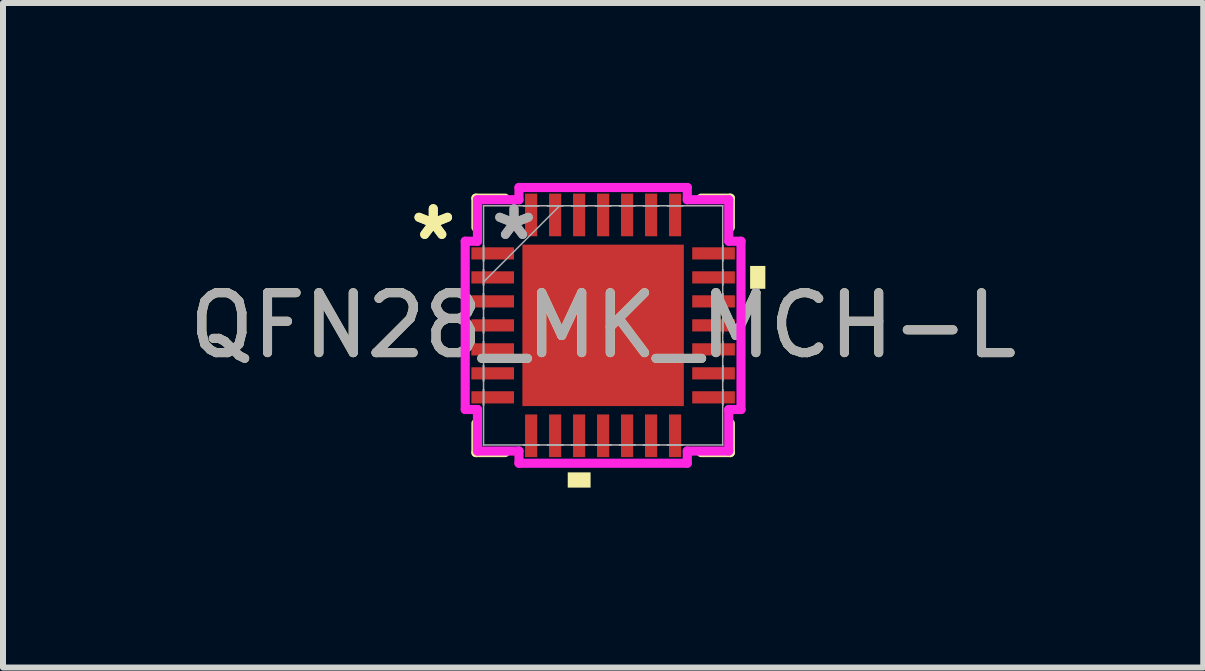
<source format=kicad_pcb>
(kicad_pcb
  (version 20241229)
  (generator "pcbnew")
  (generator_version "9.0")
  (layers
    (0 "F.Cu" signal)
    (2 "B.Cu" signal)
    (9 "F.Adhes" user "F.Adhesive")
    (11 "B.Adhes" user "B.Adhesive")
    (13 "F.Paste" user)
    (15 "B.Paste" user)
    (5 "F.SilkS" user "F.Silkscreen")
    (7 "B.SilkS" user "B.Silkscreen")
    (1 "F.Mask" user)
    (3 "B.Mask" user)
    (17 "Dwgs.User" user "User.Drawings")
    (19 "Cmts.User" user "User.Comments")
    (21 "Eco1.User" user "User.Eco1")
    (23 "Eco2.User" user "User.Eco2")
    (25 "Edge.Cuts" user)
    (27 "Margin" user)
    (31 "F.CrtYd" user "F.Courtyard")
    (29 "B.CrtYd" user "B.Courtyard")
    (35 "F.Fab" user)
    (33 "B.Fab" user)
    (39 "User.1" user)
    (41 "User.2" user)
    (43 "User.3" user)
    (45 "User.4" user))
  (footprint "QFN28_MK_MCH-L"
    (layer "F.Cu")
    (at 7.006 2.375)
    (property "Reference" "QFN28_MK_MCH-L" (at 0 0 0) (unlocked yes) (layer "F.SilkS") (effects (font (size 1 1) (thickness 0.15))))
    (attr smd)
    (fp_line (start -2.121 -2.121) (end -2.121 -1.634) (stroke (width 0.152) (type solid)) (layer "F.SilkS"))
    (fp_line (start -2.121 1.634) (end -2.121 2.121) (stroke (width 0.152) (type solid)) (layer "F.SilkS"))
    (fp_line (start -2.121 2.121) (end -1.634 2.121) (stroke (width 0.152) (type solid)) (layer "F.SilkS"))
    (fp_line (start -1.634 -2.121) (end -2.121 -2.121) (stroke (width 0.152) (type solid)) (layer "F.SilkS"))
    (fp_line (start 1.634 2.121) (end 2.121 2.121) (stroke (width 0.152) (type solid)) (layer "F.SilkS"))
    (fp_line (start 2.121 -2.121) (end 1.634 -2.121) (stroke (width 0.152) (type solid)) (layer "F.SilkS"))
    (fp_line (start 2.121 -1.634) (end 2.121 -2.121) (stroke (width 0.152) (type solid)) (layer "F.SilkS"))
    (fp_line (start 2.121 2.121) (end 2.121 1.634) (stroke (width 0.152) (type solid)) (layer "F.SilkS"))
    (fp_poly (pts (xy -0.59 2.451) (xy -0.59 2.705) (xy -0.209 2.705) (xy -0.209 2.451)) (stroke (width 0) (type solid)) (fill yes) (layer "F.SilkS"))
    (fp_poly (pts (xy 2.705 -0.991) (xy 2.705 -0.61) (xy 2.451 -0.61) (xy 2.451 -0.991)) (stroke (width 0) (type solid)) (fill yes) (layer "F.SilkS"))
    (fp_poly (pts (xy -1.246 -1.246) (xy -1.246 -0.1) (xy -0.1 -0.1) (xy -0.1 -1.246)) (stroke (width 0) (type solid)) (fill yes) (layer "F.Paste"))
    (fp_poly (pts (xy -1.246 0.1) (xy -1.246 1.246) (xy -0.1 1.246) (xy -0.1 0.1)) (stroke (width 0) (type solid)) (fill yes) (layer "F.Paste"))
    (fp_poly (pts (xy 0.1 -1.246) (xy 0.1 -0.1) (xy 1.246 -0.1) (xy 1.246 -1.246)) (stroke (width 0) (type solid)) (fill yes) (layer "F.Paste"))
    (fp_poly (pts (xy 0.1 0.1) (xy 0.1 1.246) (xy 1.246 1.246) (xy 1.246 0.1)) (stroke (width 0) (type solid)) (fill yes) (layer "F.Paste"))
    (fp_line (start -2.299 -1.403) (end -2.095 -1.403) (stroke (width 0.152) (type solid)) (layer "F.CrtYd"))
    (fp_line (start -2.299 1.403) (end -2.299 -1.403) (stroke (width 0.152) (type solid)) (layer "F.CrtYd"))
    (fp_line (start -2.095 -2.095) (end -1.403 -2.095) (stroke (width 0.152) (type solid)) (layer "F.CrtYd"))
    (fp_line (start -2.095 -1.403) (end -2.095 -2.095) (stroke (width 0.152) (type solid)) (layer "F.CrtYd"))
    (fp_line (start -2.095 1.403) (end -2.299 1.403) (stroke (width 0.152) (type solid)) (layer "F.CrtYd"))
    (fp_line (start -2.095 2.095) (end -2.095 1.403) (stroke (width 0.152) (type solid)) (layer "F.CrtYd"))
    (fp_line (start -1.403 -2.299) (end 1.403 -2.299) (stroke (width 0.152) (type solid)) (layer "F.CrtYd"))
    (fp_line (start -1.403 -2.095) (end -1.403 -2.299) (stroke (width 0.152) (type solid)) (layer "F.CrtYd"))
    (fp_line (start -1.403 2.095) (end -2.095 2.095) (stroke (width 0.152) (type solid)) (layer "F.CrtYd"))
    (fp_line (start -1.403 2.299) (end -1.403 2.095) (stroke (width 0.152) (type solid)) (layer "F.CrtYd"))
    (fp_line (start 1.403 -2.299) (end 1.403 -2.095) (stroke (width 0.152) (type solid)) (layer "F.CrtYd"))
    (fp_line (start 1.403 -2.095) (end 2.095 -2.095) (stroke (width 0.152) (type solid)) (layer "F.CrtYd"))
    (fp_line (start 1.403 2.095) (end 1.403 2.299) (stroke (width 0.152) (type solid)) (layer "F.CrtYd"))
    (fp_line (start 1.403 2.299) (end -1.403 2.299) (stroke (width 0.152) (type solid)) (layer "F.CrtYd"))
    (fp_line (start 2.095 -2.095) (end 2.095 -1.403) (stroke (width 0.152) (type solid)) (layer "F.CrtYd"))
    (fp_line (start 2.095 -1.403) (end 2.299 -1.403) (stroke (width 0.152) (type solid)) (layer "F.CrtYd"))
    (fp_line (start 2.095 1.403) (end 2.095 2.095) (stroke (width 0.152) (type solid)) (layer "F.CrtYd"))
    (fp_line (start 2.095 2.095) (end 1.403 2.095) (stroke (width 0.152) (type solid)) (layer "F.CrtYd"))
    (fp_line (start 2.299 -1.403) (end 2.299 1.403) (stroke (width 0.152) (type solid)) (layer "F.CrtYd"))
    (fp_line (start 2.299 1.403) (end 2.095 1.403) (stroke (width 0.152) (type solid)) (layer "F.CrtYd"))
    (fp_line (start -1.994 -1.994) (end -1.994 -1.994) (stroke (width 0.025) (type solid)) (layer "F.Fab"))
    (fp_line (start -1.994 -1.994) (end -1.994 1.994) (stroke (width 0.025) (type solid)) (layer "F.Fab"))
    (fp_line (start -1.994 -1.327) (end -1.994 -1.327) (stroke (width 0.025) (type solid)) (layer "F.Fab"))
    (fp_line (start -1.994 -1.327) (end -1.994 -1.073) (stroke (width 0.025) (type solid)) (layer "F.Fab"))
    (fp_line (start -1.994 -1.073) (end -1.994 -1.327) (stroke (width 0.025) (type solid)) (layer "F.Fab"))
    (fp_line (start -1.994 -1.073) (end -1.994 -1.073) (stroke (width 0.025) (type solid)) (layer "F.Fab"))
    (fp_line (start -1.994 -0.927) (end -1.994 -0.927) (stroke (width 0.025) (type solid)) (layer "F.Fab"))
    (fp_line (start -1.994 -0.927) (end -1.994 -0.673) (stroke (width 0.025) (type solid)) (layer "F.Fab"))
    (fp_line (start -1.994 -0.724) (end -0.724 -1.994) (stroke (width 0.025) (type solid)) (layer "F.Fab"))
    (fp_line (start -1.994 -0.673) (end -1.994 -0.927) (stroke (width 0.025) (type solid)) (layer "F.Fab"))
    (fp_line (start -1.994 -0.673) (end -1.994 -0.673) (stroke (width 0.025) (type solid)) (layer "F.Fab"))
    (fp_line (start -1.994 -0.527) (end -1.994 -0.527) (stroke (width 0.025) (type solid)) (layer "F.Fab"))
    (fp_line (start -1.994 -0.527) (end -1.994 -0.273) (stroke (width 0.025) (type solid)) (layer "F.Fab"))
    (fp_line (start -1.994 -0.273) (end -1.994 -0.527) (stroke (width 0.025) (type solid)) (layer "F.Fab"))
    (fp_line (start -1.994 -0.273) (end -1.994 -0.273) (stroke (width 0.025) (type solid)) (layer "F.Fab"))
    (fp_line (start -1.994 -0.127) (end -1.994 -0.127) (stroke (width 0.025) (type solid)) (layer "F.Fab"))
    (fp_line (start -1.994 -0.127) (end -1.994 0.127) (stroke (width 0.025) (type solid)) (layer "F.Fab"))
    (fp_line (start -1.994 0.127) (end -1.994 -0.127) (stroke (width 0.025) (type solid)) (layer "F.Fab"))
    (fp_line (start -1.994 0.127) (end -1.994 0.127) (stroke (width 0.025) (type solid)) (layer "F.Fab"))
    (fp_line (start -1.994 0.273) (end -1.994 0.273) (stroke (width 0.025) (type solid)) (layer "F.Fab"))
    (fp_line (start -1.994 0.273) (end -1.994 0.527) (stroke (width 0.025) (type solid)) (layer "F.Fab"))
    (fp_line (start -1.994 0.527) (end -1.994 0.273) (stroke (width 0.025) (type solid)) (layer "F.Fab"))
    (fp_line (start -1.994 0.527) (end -1.994 0.527) (stroke (width 0.025) (type solid)) (layer "F.Fab"))
    (fp_line (start -1.994 0.673) (end -1.994 0.673) (stroke (width 0.025) (type solid)) (layer "F.Fab"))
    (fp_line (start -1.994 0.673) (end -1.994 0.927) (stroke (width 0.025) (type solid)) (layer "F.Fab"))
    (fp_line (start -1.994 0.927) (end -1.994 0.673) (stroke (width 0.025) (type solid)) (layer "F.Fab"))
    (fp_line (start -1.994 0.927) (end -1.994 0.927) (stroke (width 0.025) (type solid)) (layer "F.Fab"))
    (fp_line (start -1.994 1.073) (end -1.994 1.073) (stroke (width 0.025) (type solid)) (layer "F.Fab"))
    (fp_line (start -1.994 1.073) (end -1.994 1.327) (stroke (width 0.025) (type solid)) (layer "F.Fab"))
    (fp_line (start -1.994 1.327) (end -1.994 1.073) (stroke (width 0.025) (type solid)) (layer "F.Fab"))
    (fp_line (start -1.994 1.327) (end -1.994 1.327) (stroke (width 0.025) (type solid)) (layer "F.Fab"))
    (fp_line (start -1.994 1.994) (end -1.994 1.994) (stroke (width 0.025) (type solid)) (layer "F.Fab"))
    (fp_line (start -1.994 1.994) (end 1.994 1.994) (stroke (width 0.025) (type solid)) (layer "F.Fab"))
    (fp_line (start -1.327 -1.994) (end -1.327 -1.994) (stroke (width 0.025) (type solid)) (layer "F.Fab"))
    (fp_line (start -1.327 -1.994) (end -1.073 -1.994) (stroke (width 0.025) (type solid)) (layer "F.Fab"))
    (fp_line (start -1.327 1.994) (end -1.327 1.994) (stroke (width 0.025) (type solid)) (layer "F.Fab"))
    (fp_line (start -1.327 1.994) (end -1.073 1.994) (stroke (width 0.025) (type solid)) (layer "F.Fab"))
    (fp_line (start -1.073 -1.994) (end -1.327 -1.994) (stroke (width 0.025) (type solid)) (layer "F.Fab"))
    (fp_line (start -1.073 -1.994) (end -1.073 -1.994) (stroke (width 0.025) (type solid)) (layer "F.Fab"))
    (fp_line (start -1.073 1.994) (end -1.327 1.994) (stroke (width 0.025) (type solid)) (layer "F.Fab"))
    (fp_line (start -1.073 1.994) (end -1.073 1.994) (stroke (width 0.025) (type solid)) (layer "F.Fab"))
    (fp_line (start -0.927 -1.994) (end -0.927 -1.994) (stroke (width 0.025) (type solid)) (layer "F.Fab"))
    (fp_line (start -0.927 -1.994) (end -0.673 -1.994) (stroke (width 0.025) (type solid)) (layer "F.Fab"))
    (fp_line (start -0.927 1.994) (end -0.927 1.994) (stroke (width 0.025) (type solid)) (layer "F.Fab"))
    (fp_line (start -0.927 1.994) (end -0.673 1.994) (stroke (width 0.025) (type solid)) (layer "F.Fab"))
    (fp_line (start -0.673 -1.994) (end -0.927 -1.994) (stroke (width 0.025) (type solid)) (layer "F.Fab"))
    (fp_line (start -0.673 -1.994) (end -0.673 -1.994) (stroke (width 0.025) (type solid)) (layer "F.Fab"))
    (fp_line (start -0.673 1.994) (end -0.927 1.994) (stroke (width 0.025) (type solid)) (layer "F.Fab"))
    (fp_line (start -0.673 1.994) (end -0.673 1.994) (stroke (width 0.025) (type solid)) (layer "F.Fab"))
    (fp_line (start -0.527 -1.994) (end -0.527 -1.994) (stroke (width 0.025) (type solid)) (layer "F.Fab"))
    (fp_line (start -0.527 -1.994) (end -0.273 -1.994) (stroke (width 0.025) (type solid)) (layer "F.Fab"))
    (fp_line (start -0.527 1.994) (end -0.527 1.994) (stroke (width 0.025) (type solid)) (layer "F.Fab"))
    (fp_line (start -0.527 1.994) (end -0.273 1.994) (stroke (width 0.025) (type solid)) (layer "F.Fab"))
    (fp_line (start -0.273 -1.994) (end -0.527 -1.994) (stroke (width 0.025) (type solid)) (layer "F.Fab"))
    (fp_line (start -0.273 -1.994) (end -0.273 -1.994) (stroke (width 0.025) (type solid)) (layer "F.Fab"))
    (fp_line (start -0.273 1.994) (end -0.527 1.994) (stroke (width 0.025) (type solid)) (layer "F.Fab"))
    (fp_line (start -0.273 1.994) (end -0.273 1.994) (stroke (width 0.025) (type solid)) (layer "F.Fab"))
    (fp_line (start -0.127 -1.994) (end -0.127 -1.994) (stroke (width 0.025) (type solid)) (layer "F.Fab"))
    (fp_line (start -0.127 -1.994) (end 0.127 -1.994) (stroke (width 0.025) (type solid)) (layer "F.Fab"))
    (fp_line (start -0.127 1.994) (end -0.127 1.994) (stroke (width 0.025) (type solid)) (layer "F.Fab"))
    (fp_line (start -0.127 1.994) (end 0.127 1.994) (stroke (width 0.025) (type solid)) (layer "F.Fab"))
    (fp_line (start 0.127 -1.994) (end -0.127 -1.994) (stroke (width 0.025) (type solid)) (layer "F.Fab"))
    (fp_line (start 0.127 -1.994) (end 0.127 -1.994) (stroke (width 0.025) (type solid)) (layer "F.Fab"))
    (fp_line (start 0.127 1.994) (end -0.127 1.994) (stroke (width 0.025) (type solid)) (layer "F.Fab"))
    (fp_line (start 0.127 1.994) (end 0.127 1.994) (stroke (width 0.025) (type solid)) (layer "F.Fab"))
    (fp_line (start 0.273 -1.994) (end 0.273 -1.994) (stroke (width 0.025) (type solid)) (layer "F.Fab"))
    (fp_line (start 0.273 -1.994) (end 0.527 -1.994) (stroke (width 0.025) (type solid)) (layer "F.Fab"))
    (fp_line (start 0.273 1.994) (end 0.273 1.994) (stroke (width 0.025) (type solid)) (layer "F.Fab"))
    (fp_line (start 0.273 1.994) (end 0.527 1.994) (stroke (width 0.025) (type solid)) (layer "F.Fab"))
    (fp_line (start 0.527 -1.994) (end 0.273 -1.994) (stroke (width 0.025) (type solid)) (layer "F.Fab"))
    (fp_line (start 0.527 -1.994) (end 0.527 -1.994) (stroke (width 0.025) (type solid)) (layer "F.Fab"))
    (fp_line (start 0.527 1.994) (end 0.273 1.994) (stroke (width 0.025) (type solid)) (layer "F.Fab"))
    (fp_line (start 0.527 1.994) (end 0.527 1.994) (stroke (width 0.025) (type solid)) (layer "F.Fab"))
    (fp_line (start 0.673 -1.994) (end 0.673 -1.994) (stroke (width 0.025) (type solid)) (layer "F.Fab"))
    (fp_line (start 0.673 -1.994) (end 0.927 -1.994) (stroke (width 0.025) (type solid)) (layer "F.Fab"))
    (fp_line (start 0.673 1.994) (end 0.673 1.994) (stroke (width 0.025) (type solid)) (layer "F.Fab"))
    (fp_line (start 0.673 1.994) (end 0.927 1.994) (stroke (width 0.025) (type solid)) (layer "F.Fab"))
    (fp_line (start 0.927 -1.994) (end 0.673 -1.994) (stroke (width 0.025) (type solid)) (layer "F.Fab"))
    (fp_line (start 0.927 -1.994) (end 0.927 -1.994) (stroke (width 0.025) (type solid)) (layer "F.Fab"))
    (fp_line (start 0.927 1.994) (end 0.673 1.994) (stroke (width 0.025) (type solid)) (layer "F.Fab"))
    (fp_line (start 0.927 1.994) (end 0.927 1.994) (stroke (width 0.025) (type solid)) (layer "F.Fab"))
    (fp_line (start 1.073 -1.994) (end 1.073 -1.994) (stroke (width 0.025) (type solid)) (layer "F.Fab"))
    (fp_line (start 1.073 -1.994) (end 1.327 -1.994) (stroke (width 0.025) (type solid)) (layer "F.Fab"))
    (fp_line (start 1.073 1.994) (end 1.073 1.994) (stroke (width 0.025) (type solid)) (layer "F.Fab"))
    (fp_line (start 1.073 1.994) (end 1.327 1.994) (stroke (width 0.025) (type solid)) (layer "F.Fab"))
    (fp_line (start 1.327 -1.994) (end 1.073 -1.994) (stroke (width 0.025) (type solid)) (layer "F.Fab"))
    (fp_line (start 1.327 -1.994) (end 1.327 -1.994) (stroke (width 0.025) (type solid)) (layer "F.Fab"))
    (fp_line (start 1.327 1.994) (end 1.073 1.994) (stroke (width 0.025) (type solid)) (layer "F.Fab"))
    (fp_line (start 1.327 1.994) (end 1.327 1.994) (stroke (width 0.025) (type solid)) (layer "F.Fab"))
    (fp_line (start 1.994 -1.994) (end -1.994 -1.994) (stroke (width 0.025) (type solid)) (layer "F.Fab"))
    (fp_line (start 1.994 -1.994) (end 1.994 -1.994) (stroke (width 0.025) (type solid)) (layer "F.Fab"))
    (fp_line (start 1.994 -1.327) (end 1.994 -1.327) (stroke (width 0.025) (type solid)) (layer "F.Fab"))
    (fp_line (start 1.994 -1.327) (end 1.994 -1.073) (stroke (width 0.025) (type solid)) (layer "F.Fab"))
    (fp_line (start 1.994 -1.073) (end 1.994 -1.327) (stroke (width 0.025) (type solid)) (layer "F.Fab"))
    (fp_line (start 1.994 -1.073) (end 1.994 -1.073) (stroke (width 0.025) (type solid)) (layer "F.Fab"))
    (fp_line (start 1.994 -0.927) (end 1.994 -0.927) (stroke (width 0.025) (type solid)) (layer "F.Fab"))
    (fp_line (start 1.994 -0.927) (end 1.994 -0.673) (stroke (width 0.025) (type solid)) (layer "F.Fab"))
    (fp_line (start 1.994 -0.673) (end 1.994 -0.927) (stroke (width 0.025) (type solid)) (layer "F.Fab"))
    (fp_line (start 1.994 -0.673) (end 1.994 -0.673) (stroke (width 0.025) (type solid)) (layer "F.Fab"))
    (fp_line (start 1.994 -0.527) (end 1.994 -0.527) (stroke (width 0.025) (type solid)) (layer "F.Fab"))
    (fp_line (start 1.994 -0.527) (end 1.994 -0.273) (stroke (width 0.025) (type solid)) (layer "F.Fab"))
    (fp_line (start 1.994 -0.273) (end 1.994 -0.527) (stroke (width 0.025) (type solid)) (layer "F.Fab"))
    (fp_line (start 1.994 -0.273) (end 1.994 -0.273) (stroke (width 0.025) (type solid)) (layer "F.Fab"))
    (fp_line (start 1.994 -0.127) (end 1.994 -0.127) (stroke (width 0.025) (type solid)) (layer "F.Fab"))
    (fp_line (start 1.994 -0.127) (end 1.994 0.127) (stroke (width 0.025) (type solid)) (layer "F.Fab"))
    (fp_line (start 1.994 0.127) (end 1.994 -0.127) (stroke (width 0.025) (type solid)) (layer "F.Fab"))
    (fp_line (start 1.994 0.127) (end 1.994 0.127) (stroke (width 0.025) (type solid)) (layer "F.Fab"))
    (fp_line (start 1.994 0.273) (end 1.994 0.273) (stroke (width 0.025) (type solid)) (layer "F.Fab"))
    (fp_line (start 1.994 0.273) (end 1.994 0.527) (stroke (width 0.025) (type solid)) (layer "F.Fab"))
    (fp_line (start 1.994 0.527) (end 1.994 0.273) (stroke (width 0.025) (type solid)) (layer "F.Fab"))
    (fp_line (start 1.994 0.527) (end 1.994 0.527) (stroke (width 0.025) (type solid)) (layer "F.Fab"))
    (fp_line (start 1.994 0.673) (end 1.994 0.673) (stroke (width 0.025) (type solid)) (layer "F.Fab"))
    (fp_line (start 1.994 0.673) (end 1.994 0.927) (stroke (width 0.025) (type solid)) (layer "F.Fab"))
    (fp_line (start 1.994 0.927) (end 1.994 0.673) (stroke (width 0.025) (type solid)) (layer "F.Fab"))
    (fp_line (start 1.994 0.927) (end 1.994 0.927) (stroke (width 0.025) (type solid)) (layer "F.Fab"))
    (fp_line (start 1.994 1.073) (end 1.994 1.073) (stroke (width 0.025) (type solid)) (layer "F.Fab"))
    (fp_line (start 1.994 1.073) (end 1.994 1.327) (stroke (width 0.025) (type solid)) (layer "F.Fab"))
    (fp_line (start 1.994 1.327) (end 1.994 1.073) (stroke (width 0.025) (type solid)) (layer "F.Fab"))
    (fp_line (start 1.994 1.327) (end 1.994 1.327) (stroke (width 0.025) (type solid)) (layer "F.Fab"))
    (fp_line (start 1.994 1.994) (end 1.994 -1.994) (stroke (width 0.025) (type solid)) (layer "F.Fab"))
    (fp_line (start 1.994 1.994) (end 1.994 1.994) (stroke (width 0.025) (type solid)) (layer "F.Fab"))
    (fp_text user "*" (at -2.832 -1.4 0) (layer "F.SilkS") (effects (font (size 1 1) (thickness 0.15))))
    (fp_text user "*" (at -2.832 -1.4 0) (unlocked yes) (layer "F.SilkS") (effects (font (size 1 1) (thickness 0.15))))
    (fp_text user "*" (at -1.486 -1.4 0) (unlocked yes) (layer "F.Fab") (effects (font (size 1 1) (thickness 0.15))))
    (fp_text user "*" (at -1.486 -1.4 0) (layer "F.Fab") (effects (font (size 1 1) (thickness 0.15))))
    (fp_text user "${REFERENCE}" (at 0 0 0) (unlocked yes) (layer "F.Fab") (effects (font (size 1 1) (thickness 0.15))))
    (pad "1" smd rect (at -1.841 -1.2 90) (size 0.203 0.711) (layers "F.Cu" "F.Mask" "F.Paste"))
    (pad "2" smd rect (at -1.841 -0.8 90) (size 0.203 0.711) (layers "F.Cu" "F.Mask" "F.Paste"))
    (pad "3" smd rect (at -1.841 -0.4 90) (size 0.203 0.711) (layers "F.Cu" "F.Mask" "F.Paste"))
    (pad "4" smd rect (at -1.841 0 90) (size 0.203 0.711) (layers "F.Cu" "F.Mask" "F.Paste"))
    (pad "5" smd rect (at -1.841 0.4 90) (size 0.203 0.711) (layers "F.Cu" "F.Mask" "F.Paste"))
    (pad "6" smd rect (at -1.841 0.8 90) (size 0.203 0.711) (layers "F.Cu" "F.Mask" "F.Paste"))
    (pad "7" smd rect (at -1.841 1.2 90) (size 0.203 0.711) (layers "F.Cu" "F.Mask" "F.Paste"))
    (pad "8" smd rect (at -1.2 1.841) (size 0.203 0.711) (layers "F.Cu" "F.Mask" "F.Paste"))
    (pad "9" smd rect (at -0.8 1.841) (size 0.203 0.711) (layers "F.Cu" "F.Mask" "F.Paste"))
    (pad "10" smd rect (at -0.4 1.841) (size 0.203 0.711) (layers "F.Cu" "F.Mask" "F.Paste"))
    (pad "11" smd rect (at 0 1.841) (size 0.203 0.711) (layers "F.Cu" "F.Mask" "F.Paste"))
    (pad "12" smd rect (at 0.4 1.841) (size 0.203 0.711) (layers "F.Cu" "F.Mask" "F.Paste"))
    (pad "13" smd rect (at 0.8 1.841) (size 0.203 0.711) (layers "F.Cu" "F.Mask" "F.Paste"))
    (pad "14" smd rect (at 1.2 1.841) (size 0.203 0.711) (layers "F.Cu" "F.Mask" "F.Paste"))
    (pad "15" smd rect (at 1.841 1.2 90) (size 0.203 0.711) (layers "F.Cu" "F.Mask" "F.Paste"))
    (pad "16" smd rect (at 1.841 0.8 90) (size 0.203 0.711) (layers "F.Cu" "F.Mask" "F.Paste"))
    (pad "17" smd rect (at 1.841 0.4 90) (size 0.203 0.711) (layers "F.Cu" "F.Mask" "F.Paste"))
    (pad "18" smd rect (at 1.841 0 90) (size 0.203 0.711) (layers "F.Cu" "F.Mask" "F.Paste"))
    (pad "19" smd rect (at 1.841 -0.4 90) (size 0.203 0.711) (layers "F.Cu" "F.Mask" "F.Paste"))
    (pad "20" smd rect (at 1.841 -0.8 90) (size 0.203 0.711) (layers "F.Cu" "F.Mask" "F.Paste"))
    (pad "21" smd rect (at 1.841 -1.2 90) (size 0.203 0.711) (layers "F.Cu" "F.Mask" "F.Paste"))
    (pad "22" smd rect (at 1.2 -1.841) (size 0.203 0.711) (layers "F.Cu" "F.Mask" "F.Paste"))
    (pad "23" smd rect (at 0.8 -1.841) (size 0.203 0.711) (layers "F.Cu" "F.Mask" "F.Paste"))
    (pad "24" smd rect (at 0.4 -1.841) (size 0.203 0.711) (layers "F.Cu" "F.Mask" "F.Paste"))
    (pad "25" smd rect (at 0 -1.841) (size 0.203 0.711) (layers "F.Cu" "F.Mask" "F.Paste"))
    (pad "26" smd rect (at -0.4 -1.841) (size 0.203 0.711) (layers "F.Cu" "F.Mask" "F.Paste"))
    (pad "27" smd rect (at -0.8 -1.841) (size 0.203 0.711) (layers "F.Cu" "F.Mask" "F.Paste"))
    (pad "28" smd rect (at -1.2 -1.841) (size 0.203 0.711) (layers "F.Cu" "F.Mask" "F.Paste"))
    (pad "29" smd rect (at 0 0) (size 2.692 2.692) (layers "F.Cu" "F.Mask" "F.Paste")))
  (gr_rect
    (start -3 -3)
    (end 17.012 8.08)
    (stroke (width 0.1) (type default))
    (fill no)
    (layer "Edge.Cuts")))
</source>
